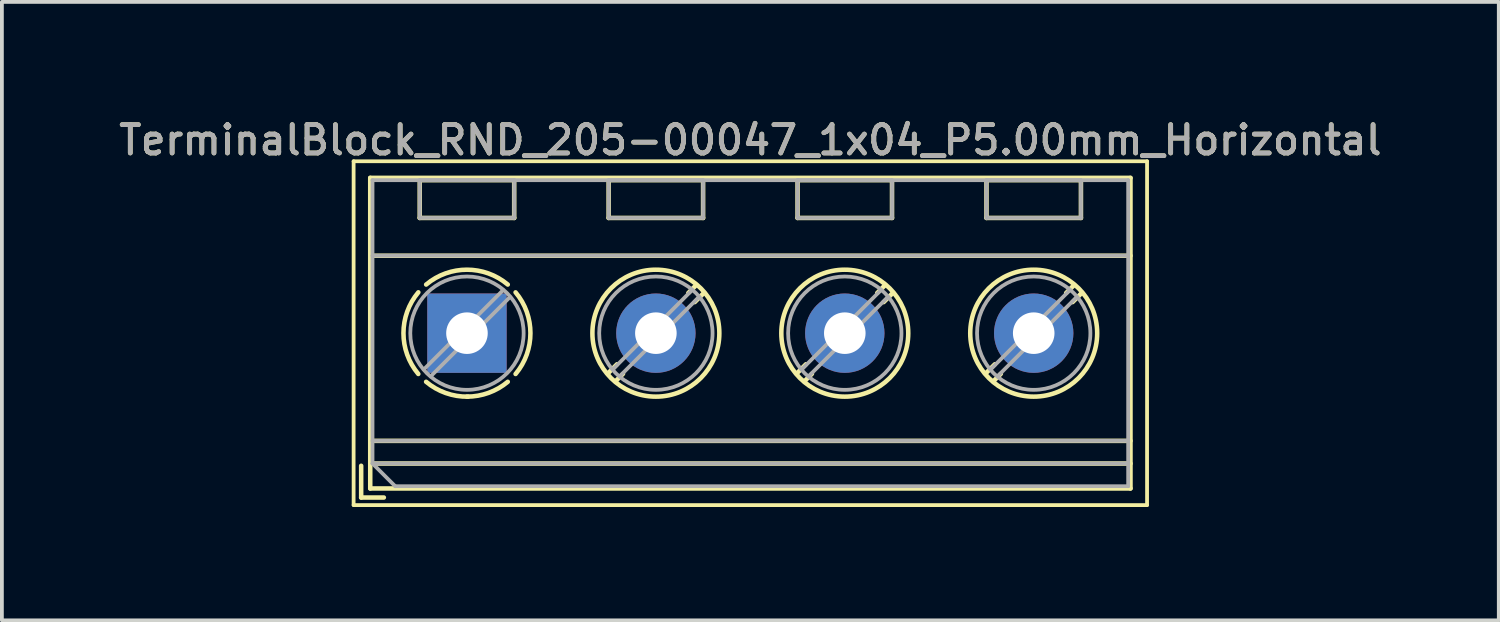
<source format=kicad_pcb>
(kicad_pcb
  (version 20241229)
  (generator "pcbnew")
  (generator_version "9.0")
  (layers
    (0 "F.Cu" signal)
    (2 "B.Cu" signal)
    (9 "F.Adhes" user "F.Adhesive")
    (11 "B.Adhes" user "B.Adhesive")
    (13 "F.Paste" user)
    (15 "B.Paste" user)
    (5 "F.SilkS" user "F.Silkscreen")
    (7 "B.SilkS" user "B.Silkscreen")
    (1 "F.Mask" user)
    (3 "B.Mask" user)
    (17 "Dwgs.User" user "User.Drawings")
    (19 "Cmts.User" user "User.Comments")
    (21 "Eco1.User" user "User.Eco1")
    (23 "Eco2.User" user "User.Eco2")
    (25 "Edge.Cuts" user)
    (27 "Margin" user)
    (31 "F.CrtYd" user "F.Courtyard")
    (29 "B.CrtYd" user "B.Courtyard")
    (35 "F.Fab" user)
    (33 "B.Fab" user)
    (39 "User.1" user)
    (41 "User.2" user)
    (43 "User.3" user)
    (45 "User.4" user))
  (footprint "TerminalBlock_RND_205-00047_1x04_P5.00mm_Horizontal"
    (layer "F.Cu")
    (at 9.309 5.768)
    (property "Reference" "TerminalBlock_RND_205-00047_1x04_P5.00mm_Horizontal" (at 7.5 -5.11 0) (layer "F.SilkS") (effects (font (size 0.75 0.75) (thickness 0.125))))
    (attr through_hole)
    (fp_line (start -3 -4.55) (end -3 4.55) (stroke (width 0.1) (type solid)) (layer "F.SilkS"))
    (fp_line (start -3 4.55) (end 18 4.55) (stroke (width 0.1) (type solid)) (layer "F.SilkS"))
    (fp_line (start -2.8 3.51) (end -2.8 4.35) (stroke (width 0.12) (type solid)) (layer "F.SilkS"))
    (fp_line (start -2.8 4.35) (end -2.2 4.35) (stroke (width 0.12) (type solid)) (layer "F.SilkS"))
    (fp_line (start -2.56 -4.11) (end -2.56 4.11) (stroke (width 0.12) (type solid)) (layer "F.SilkS"))
    (fp_line (start -2.56 -4.11) (end 17.561 -4.11) (stroke (width 0.12) (type solid)) (layer "F.SilkS"))
    (fp_line (start -2.56 -2.05) (end 17.561 -2.05) (stroke (width 0.12) (type solid)) (layer "F.SilkS"))
    (fp_line (start -2.56 2.85) (end 17.561 2.85) (stroke (width 0.12) (type solid)) (layer "F.SilkS"))
    (fp_line (start -2.56 3.45) (end 17.561 3.45) (stroke (width 0.12) (type solid)) (layer "F.SilkS"))
    (fp_line (start -2.56 4.11) (end 17.561 4.11) (stroke (width 0.12) (type solid)) (layer "F.SilkS"))
    (fp_line (start -1.25 -4.05) (end -1.25 -3.05) (stroke (width 0.12) (type solid)) (layer "F.SilkS"))
    (fp_line (start -1.25 -4.05) (end 1.25 -4.05) (stroke (width 0.12) (type solid)) (layer "F.SilkS"))
    (fp_line (start -1.25 -3.05) (end 1.25 -3.05) (stroke (width 0.12) (type solid)) (layer "F.SilkS"))
    (fp_line (start 1.25 -4.05) (end 1.25 -3.05) (stroke (width 0.12) (type solid)) (layer "F.SilkS"))
    (fp_line (start 3.75 -4.05) (end 3.75 -3.05) (stroke (width 0.12) (type solid)) (layer "F.SilkS"))
    (fp_line (start 3.75 -4.05) (end 6.25 -4.05) (stroke (width 0.12) (type solid)) (layer "F.SilkS"))
    (fp_line (start 3.75 -3.05) (end 6.25 -3.05) (stroke (width 0.12) (type solid)) (layer "F.SilkS"))
    (fp_line (start 3.972 0.823) (end 3.726 1.069) (stroke (width 0.12) (type solid)) (layer "F.SilkS"))
    (fp_line (start 4.13 1.075) (end 3.931 1.274) (stroke (width 0.12) (type solid)) (layer "F.SilkS"))
    (fp_line (start 6.07 -1.275) (end 5.859 -1.064) (stroke (width 0.12) (type solid)) (layer "F.SilkS"))
    (fp_line (start 6.25 -4.05) (end 6.25 -3.05) (stroke (width 0.12) (type solid)) (layer "F.SilkS"))
    (fp_line (start 6.275 -1.069) (end 6.029 -0.823) (stroke (width 0.12) (type solid)) (layer "F.SilkS"))
    (fp_line (start 8.75 -4.05) (end 8.75 -3.05) (stroke (width 0.12) (type solid)) (layer "F.SilkS"))
    (fp_line (start 8.75 -4.05) (end 11.25 -4.05) (stroke (width 0.12) (type solid)) (layer "F.SilkS"))
    (fp_line (start 8.75 -3.05) (end 11.25 -3.05) (stroke (width 0.12) (type solid)) (layer "F.SilkS"))
    (fp_line (start 8.972 0.823) (end 8.726 1.069) (stroke (width 0.12) (type solid)) (layer "F.SilkS"))
    (fp_line (start 9.13 1.075) (end 8.931 1.274) (stroke (width 0.12) (type solid)) (layer "F.SilkS"))
    (fp_line (start 11.07 -1.275) (end 10.859 -1.064) (stroke (width 0.12) (type solid)) (layer "F.SilkS"))
    (fp_line (start 11.25 -4.05) (end 11.25 -3.05) (stroke (width 0.12) (type solid)) (layer "F.SilkS"))
    (fp_line (start 11.275 -1.069) (end 11.029 -0.823) (stroke (width 0.12) (type solid)) (layer "F.SilkS"))
    (fp_line (start 13.75 -4.05) (end 13.75 -3.05) (stroke (width 0.12) (type solid)) (layer "F.SilkS"))
    (fp_line (start 13.75 -4.05) (end 16.25 -4.05) (stroke (width 0.12) (type solid)) (layer "F.SilkS"))
    (fp_line (start 13.75 -3.05) (end 16.25 -3.05) (stroke (width 0.12) (type solid)) (layer "F.SilkS"))
    (fp_line (start 13.972 0.823) (end 13.726 1.069) (stroke (width 0.12) (type solid)) (layer "F.SilkS"))
    (fp_line (start 14.13 1.075) (end 13.931 1.274) (stroke (width 0.12) (type solid)) (layer "F.SilkS"))
    (fp_line (start 16.07 -1.275) (end 15.859 -1.064) (stroke (width 0.12) (type solid)) (layer "F.SilkS"))
    (fp_line (start 16.25 -4.05) (end 16.25 -3.05) (stroke (width 0.12) (type solid)) (layer "F.SilkS"))
    (fp_line (start 16.275 -1.069) (end 16.029 -0.823) (stroke (width 0.12) (type solid)) (layer "F.SilkS"))
    (fp_line (start 17.561 -4.11) (end 17.561 4.11) (stroke (width 0.12) (type solid)) (layer "F.SilkS"))
    (fp_line (start 18 -4.55) (end -3 -4.55) (stroke (width 0.1) (type solid)) (layer "F.SilkS"))
    (fp_line (start 18 4.55) (end 18 -4.55) (stroke (width 0.1) (type solid)) (layer "F.SilkS"))
    (fp_arc (start -1.288062 1.079734) (mid -1.680752 -0.000826) (end -1.287 -1.081) (stroke (width 0.12) (type solid)) (layer "F.SilkS"))
    (fp_arc (start -1.079908 -1.287078) (mid 0.00006 -1.68011) (end 1.08 -1.287) (stroke (width 0.12) (type solid)) (layer "F.SilkS"))
    (fp_arc (start 0.028507 1.680511) (mid -0.561826 1.584071) (end -1.081 1.287) (stroke (width 0.12) (type solid)) (layer "F.SilkS"))
    (fp_arc (start 1.079883 1.286955) (mid 0.574594 1.578684) (end 0 1.68) (stroke (width 0.12) (type solid)) (layer "F.SilkS"))
    (fp_arc (start 1.287078 -1.079908) (mid 1.68011 0.00006) (end 1.287 1.08) (stroke (width 0.12) (type solid)) (layer "F.SilkS"))
    (fp_circle (center 5 0) (end 6.68 0) (stroke (width 0.12) (type solid)) (fill no) (layer "F.SilkS"))
    (fp_circle (center 10 0) (end 11.68 0) (stroke (width 0.12) (type solid)) (fill no) (layer "F.SilkS"))
    (fp_circle (center 15 0) (end 16.68 0) (stroke (width 0.12) (type solid)) (fill no) (layer "F.SilkS"))
    (fp_line (start -2.5 -4.05) (end 17.5 -4.05) (stroke (width 0.1) (type solid)) (layer "F.Fab"))
    (fp_line (start -2.5 -2.05) (end 17.5 -2.05) (stroke (width 0.1) (type solid)) (layer "F.Fab"))
    (fp_line (start -2.5 2.85) (end 17.5 2.85) (stroke (width 0.1) (type solid)) (layer "F.Fab"))
    (fp_line (start -2.5 3.45) (end -2.5 -4.05) (stroke (width 0.1) (type solid)) (layer "F.Fab"))
    (fp_line (start -2.5 3.45) (end 17.5 3.45) (stroke (width 0.1) (type solid)) (layer "F.Fab"))
    (fp_line (start -1.9 4.05) (end -2.5 3.45) (stroke (width 0.1) (type solid)) (layer "F.Fab"))
    (fp_line (start -1.25 -4.05) (end -1.25 -3.05) (stroke (width 0.1) (type solid)) (layer "F.Fab"))
    (fp_line (start -1.25 -3.05) (end 1.25 -3.05) (stroke (width 0.1) (type solid)) (layer "F.Fab"))
    (fp_line (start 0.955 -1.138) (end -1.138 0.955) (stroke (width 0.1) (type solid)) (layer "F.Fab"))
    (fp_line (start 1.138 -0.955) (end -0.955 1.138) (stroke (width 0.1) (type solid)) (layer "F.Fab"))
    (fp_line (start 1.25 -4.05) (end -1.25 -4.05) (stroke (width 0.1) (type solid)) (layer "F.Fab"))
    (fp_line (start 1.25 -3.05) (end 1.25 -4.05) (stroke (width 0.1) (type solid)) (layer "F.Fab"))
    (fp_line (start 3.75 -4.05) (end 3.75 -3.05) (stroke (width 0.1) (type solid)) (layer "F.Fab"))
    (fp_line (start 3.75 -3.05) (end 6.25 -3.05) (stroke (width 0.1) (type solid)) (layer "F.Fab"))
    (fp_line (start 5.955 -1.138) (end 3.863 0.955) (stroke (width 0.1) (type solid)) (layer "F.Fab"))
    (fp_line (start 6.138 -0.955) (end 4.046 1.138) (stroke (width 0.1) (type solid)) (layer "F.Fab"))
    (fp_line (start 6.25 -4.05) (end 3.75 -4.05) (stroke (width 0.1) (type solid)) (layer "F.Fab"))
    (fp_line (start 6.25 -3.05) (end 6.25 -4.05) (stroke (width 0.1) (type solid)) (layer "F.Fab"))
    (fp_line (start 8.75 -4.05) (end 8.75 -3.05) (stroke (width 0.1) (type solid)) (layer "F.Fab"))
    (fp_line (start 8.75 -3.05) (end 11.25 -3.05) (stroke (width 0.1) (type solid)) (layer "F.Fab"))
    (fp_line (start 10.955 -1.138) (end 8.863 0.955) (stroke (width 0.1) (type solid)) (layer "F.Fab"))
    (fp_line (start 11.138 -0.955) (end 9.046 1.138) (stroke (width 0.1) (type solid)) (layer "F.Fab"))
    (fp_line (start 11.25 -4.05) (end 8.75 -4.05) (stroke (width 0.1) (type solid)) (layer "F.Fab"))
    (fp_line (start 11.25 -3.05) (end 11.25 -4.05) (stroke (width 0.1) (type solid)) (layer "F.Fab"))
    (fp_line (start 13.75 -4.05) (end 13.75 -3.05) (stroke (width 0.1) (type solid)) (layer "F.Fab"))
    (fp_line (start 13.75 -3.05) (end 16.25 -3.05) (stroke (width 0.1) (type solid)) (layer "F.Fab"))
    (fp_line (start 15.955 -1.138) (end 13.863 0.955) (stroke (width 0.1) (type solid)) (layer "F.Fab"))
    (fp_line (start 16.138 -0.955) (end 14.046 1.138) (stroke (width 0.1) (type solid)) (layer "F.Fab"))
    (fp_line (start 16.25 -4.05) (end 13.75 -4.05) (stroke (width 0.1) (type solid)) (layer "F.Fab"))
    (fp_line (start 16.25 -3.05) (end 16.25 -4.05) (stroke (width 0.1) (type solid)) (layer "F.Fab"))
    (fp_line (start 17.5 -4.05) (end 17.5 4.05) (stroke (width 0.1) (type solid)) (layer "F.Fab"))
    (fp_line (start 17.5 4.05) (end -1.9 4.05) (stroke (width 0.1) (type solid)) (layer "F.Fab"))
    (fp_circle (center 0 0) (end 1.5 0) (stroke (width 0.1) (type solid)) (fill no) (layer "F.Fab"))
    (fp_circle (center 5 0) (end 6.5 0) (stroke (width 0.1) (type solid)) (fill no) (layer "F.Fab"))
    (fp_circle (center 10 0) (end 11.5 0) (stroke (width 0.1) (type solid)) (fill no) (layer "F.Fab"))
    (fp_circle (center 15 0) (end 16.5 0) (stroke (width 0.1) (type solid)) (fill no) (layer "F.Fab"))
    (fp_text user "${REFERENCE}" (at 7.5 -5.11 0) (layer "F.Fab") (effects (font (size 0.75 0.75) (thickness 0.125))))
    (pad "1" thru_hole rect (at 0 0) (size 2.1 2.1) (drill 1.1) (layers "*.Cu" "*.Mask"))
    (pad "2" thru_hole circle (at 5 0) (size 2.1 2.1) (drill 1.1) (layers "*.Cu" "*.Mask"))
    (pad "3" thru_hole circle (at 10 0) (size 2.1 2.1) (drill 1.1) (layers "*.Cu" "*.Mask"))
    (pad "4" thru_hole circle (at 15 0) (size 2.1 2.1) (drill 1.1) (layers "*.Cu" "*.Mask")))
  (gr_rect
    (start -3 -3)
    (end 36.618 13.368)
    (stroke (width 0.1) (type default))
    (fill no)
    (layer "Edge.Cuts")))
</source>
